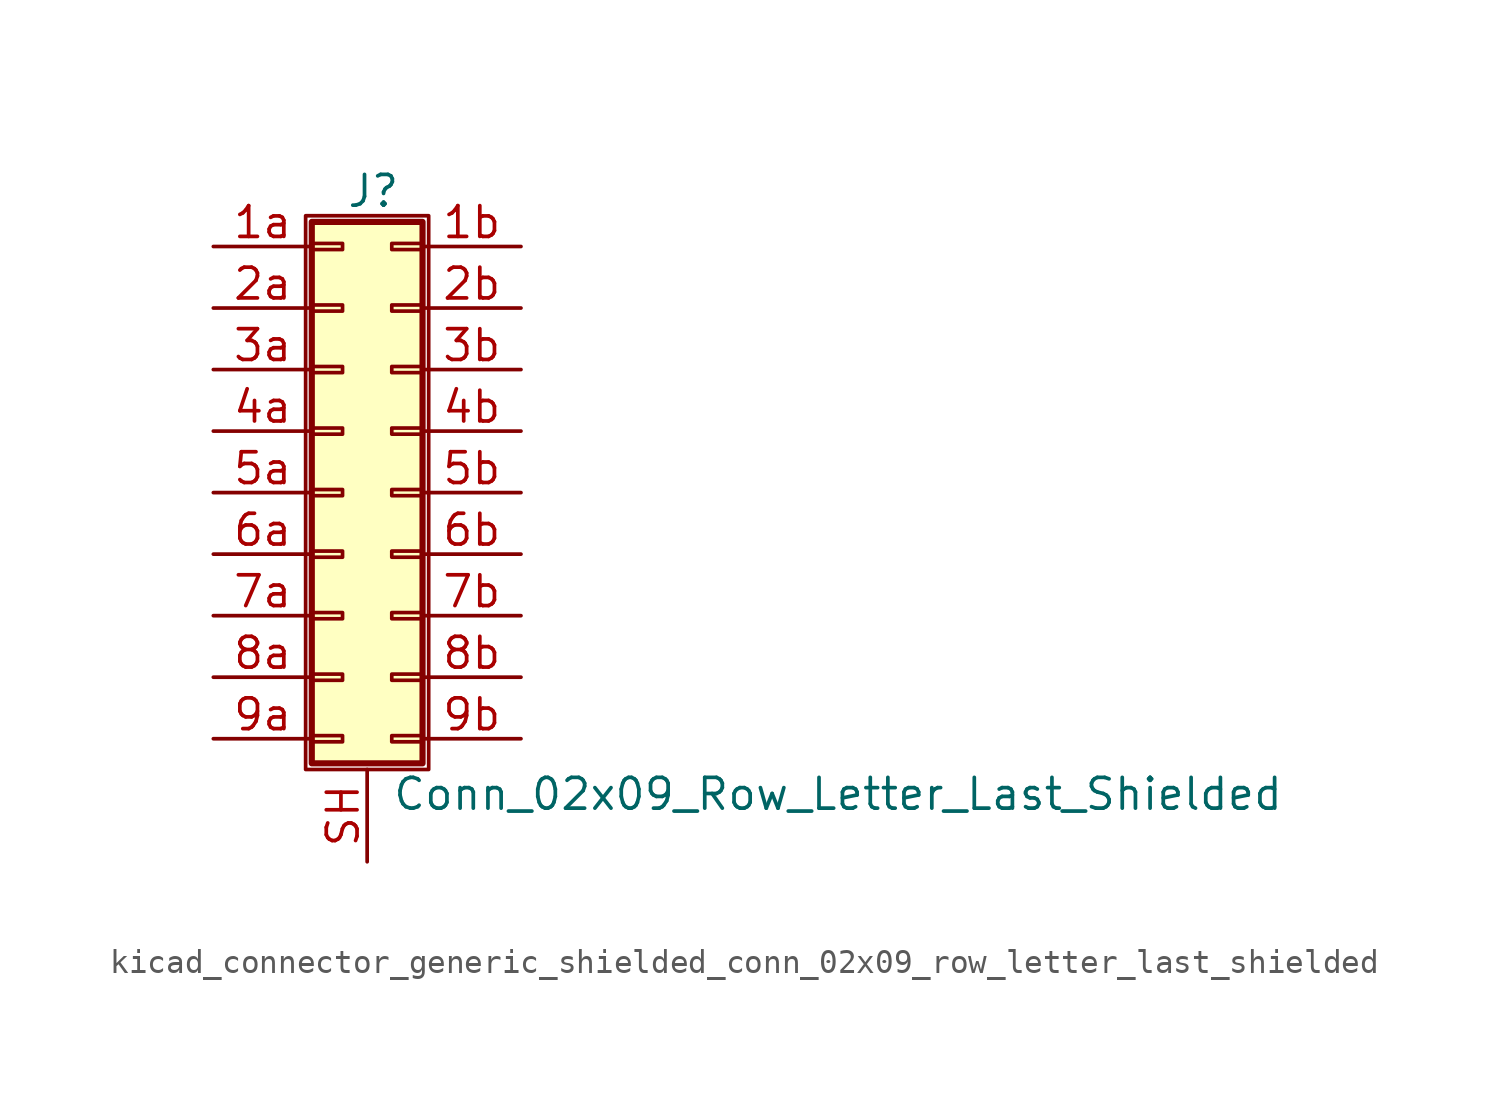
<source format=kicad_sym>
(kicad_symbol_lib
  (version 20220914)
  (generator kicad_symbol_editor)
  (symbol "kicad_connector_generic_shielded_conn_02x09_row_letter_last_shielded"
    (pin_names
      (offset 1.016) hide)
    (property "Reference" "J"
      (at 1.524 12.446 0)
      (effects (font (size 1.27 1.27))))
    (property "Value" "Conn_02x09_Row_Letter_Last_Shielded"
      (at 2.286 -12.446 0)
      (effects (font (size 1.27 1.27)) (justify left)))
    (symbol "kicad_connector_generic_shielded_conn_02x09_row_letter_last_shielded_1_1"
      (rectangle (start -1.27 11.43) (end 3.81 -11.43) (stroke (width 0.152) (type default)) (fill (type none)))
      (rectangle (start -1.016 -10.033) (end 0.254 -10.287) (stroke (width 0.152) (type default)) (fill (type none)))
      (rectangle (start -1.016 -7.493) (end 0.254 -7.747) (stroke (width 0.152) (type default)) (fill (type none)))
      (rectangle (start -1.016 -4.953) (end 0.254 -5.207) (stroke (width 0.152) (type default)) (fill (type none)))
      (rectangle (start -1.016 -2.413) (end 0.254 -2.667) (stroke (width 0.152) (type default)) (fill (type none)))
      (rectangle (start -1.016 0.127) (end 0.254 -0.127) (stroke (width 0.152) (type default)) (fill (type none)))
      (rectangle (start -1.016 2.667) (end 0.254 2.413) (stroke (width 0.152) (type default)) (fill (type none)))
      (rectangle (start -1.016 5.207) (end 0.254 4.953) (stroke (width 0.152) (type default)) (fill (type none)))
      (rectangle (start -1.016 7.747) (end 0.254 7.493) (stroke (width 0.152) (type default)) (fill (type none)))
      (rectangle (start -1.016 10.287) (end 0.254 10.033) (stroke (width 0.152) (type default)) (fill (type none)))
      (rectangle (start -1.016 11.176) (end 3.556 -11.176) (stroke (width 0.254) (type default)) (fill (type background)))
      (rectangle (start 3.556 -10.033) (end 2.286 -10.287) (stroke (width 0.152) (type default)) (fill (type none)))
      (rectangle (start 3.556 -7.493) (end 2.286 -7.747) (stroke (width 0.152) (type default)) (fill (type none)))
      (rectangle (start 3.556 -4.953) (end 2.286 -5.207) (stroke (width 0.152) (type default)) (fill (type none)))
      (rectangle (start 3.556 -2.413) (end 2.286 -2.667) (stroke (width 0.152) (type default)) (fill (type none)))
      (rectangle (start 3.556 0.127) (end 2.286 -0.127) (stroke (width 0.152) (type default)) (fill (type none)))
      (rectangle (start 3.556 2.667) (end 2.286 2.413) (stroke (width 0.152) (type default)) (fill (type none)))
      (rectangle (start 3.556 5.207) (end 2.286 4.953) (stroke (width 0.152) (type default)) (fill (type none)))
      (rectangle (start 3.556 7.747) (end 2.286 7.493) (stroke (width 0.152) (type default)) (fill (type none)))
      (rectangle (start 3.556 10.287) (end 2.286 10.033) (stroke (width 0.152) (type default)) (fill (type none)))
      (pin passive line (at -5.08 10.16 0) (length 4.064) (name "Pin_1a" (effects (font (size 1.27 1.27)))) (number "1a" (effects (font (size 1.27 1.27)))))
      (pin passive line (at 7.62 10.16 180) (length 4.064) (name "Pin_1b" (effects (font (size 1.27 1.27)))) (number "1b" (effects (font (size 1.27 1.27)))))
      (pin passive line (at -5.08 7.62 0) (length 4.064) (name "Pin_2a" (effects (font (size 1.27 1.27)))) (number "2a" (effects (font (size 1.27 1.27)))))
      (pin passive line (at 7.62 7.62 180) (length 4.064) (name "Pin_2b" (effects (font (size 1.27 1.27)))) (number "2b" (effects (font (size 1.27 1.27)))))
      (pin passive line (at -5.08 5.08 0) (length 4.064) (name "Pin_3a" (effects (font (size 1.27 1.27)))) (number "3a" (effects (font (size 1.27 1.27)))))
      (pin passive line (at 7.62 5.08 180) (length 4.064) (name "Pin_3b" (effects (font (size 1.27 1.27)))) (number "3b" (effects (font (size 1.27 1.27)))))
      (pin passive line (at -5.08 2.54 0) (length 4.064) (name "Pin_4a" (effects (font (size 1.27 1.27)))) (number "4a" (effects (font (size 1.27 1.27)))))
      (pin passive line (at 7.62 2.54 180) (length 4.064) (name "Pin_4b" (effects (font (size 1.27 1.27)))) (number "4b" (effects (font (size 1.27 1.27)))))
      (pin passive line (at -5.08 0 0) (length 4.064) (name "Pin_5a" (effects (font (size 1.27 1.27)))) (number "5a" (effects (font (size 1.27 1.27)))))
      (pin passive line (at 7.62 0 180) (length 4.064) (name "Pin_5b" (effects (font (size 1.27 1.27)))) (number "5b" (effects (font (size 1.27 1.27)))))
      (pin passive line (at -5.08 -2.54 0) (length 4.064) (name "Pin_6a" (effects (font (size 1.27 1.27)))) (number "6a" (effects (font (size 1.27 1.27)))))
      (pin passive line (at 7.62 -2.54 180) (length 4.064) (name "Pin_6b" (effects (font (size 1.27 1.27)))) (number "6b" (effects (font (size 1.27 1.27)))))
      (pin passive line (at -5.08 -5.08 0) (length 4.064) (name "Pin_7a" (effects (font (size 1.27 1.27)))) (number "7a" (effects (font (size 1.27 1.27)))))
      (pin passive line (at 7.62 -5.08 180) (length 4.064) (name "Pin_7b" (effects (font (size 1.27 1.27)))) (number "7b" (effects (font (size 1.27 1.27)))))
      (pin passive line (at -5.08 -7.62 0) (length 4.064) (name "Pin_8a" (effects (font (size 1.27 1.27)))) (number "8a" (effects (font (size 1.27 1.27)))))
      (pin passive line (at 7.62 -7.62 180) (length 4.064) (name "Pin_8b" (effects (font (size 1.27 1.27)))) (number "8b" (effects (font (size 1.27 1.27)))))
      (pin passive line (at -5.08 -10.16 0) (length 4.064) (name "Pin_9a" (effects (font (size 1.27 1.27)))) (number "9a" (effects (font (size 1.27 1.27)))))
      (pin passive line (at 7.62 -10.16 180) (length 4.064) (name "Pin_9b" (effects (font (size 1.27 1.27)))) (number "9b" (effects (font (size 1.27 1.27)))))
      (pin passive line (at 1.27 -15.24 90) (length 3.81) (name "Shield" (effects (font (size 1.27 1.27)))) (number "SH" (effects (font (size 1.27 1.27))))))))
</source>
